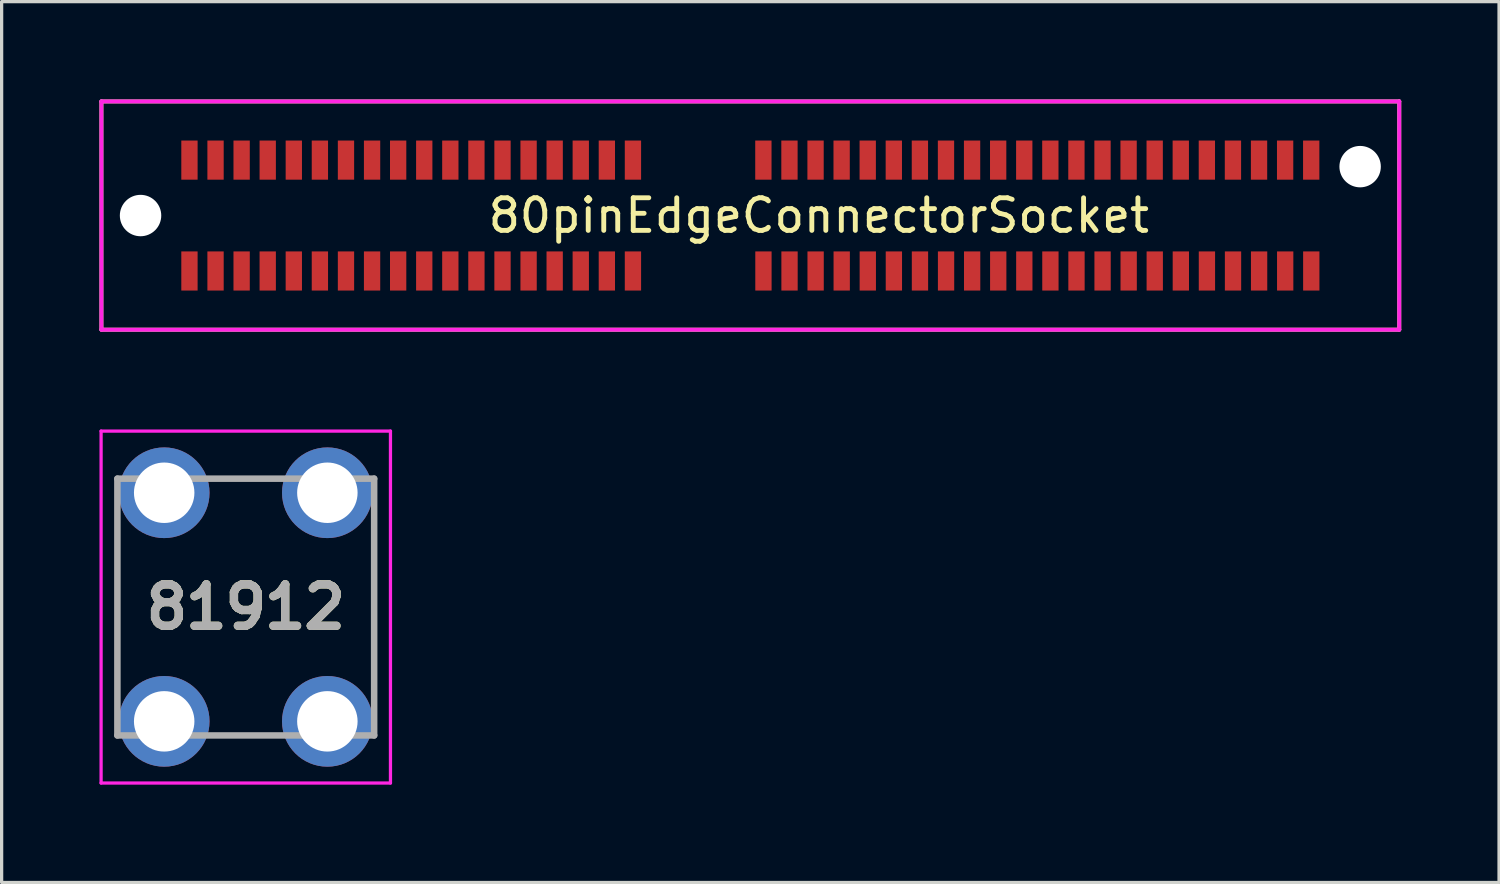
<source format=kicad_pcb>
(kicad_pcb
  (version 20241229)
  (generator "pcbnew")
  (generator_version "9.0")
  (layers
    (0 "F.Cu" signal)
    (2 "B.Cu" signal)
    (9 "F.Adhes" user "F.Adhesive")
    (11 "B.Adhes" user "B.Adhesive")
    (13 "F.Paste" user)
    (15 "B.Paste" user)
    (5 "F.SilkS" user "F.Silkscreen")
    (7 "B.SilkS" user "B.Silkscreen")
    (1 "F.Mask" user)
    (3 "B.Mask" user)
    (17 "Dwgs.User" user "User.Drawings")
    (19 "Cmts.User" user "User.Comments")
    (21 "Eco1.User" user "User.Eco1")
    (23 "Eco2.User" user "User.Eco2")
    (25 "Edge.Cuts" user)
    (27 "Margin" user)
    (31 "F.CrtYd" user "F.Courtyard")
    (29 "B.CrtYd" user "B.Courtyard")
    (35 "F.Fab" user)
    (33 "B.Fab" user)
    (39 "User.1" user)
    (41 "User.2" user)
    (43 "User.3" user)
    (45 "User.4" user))
  (footprint "81912"
    (layer "F.Cu")
    (at 1.985 12.061)
    (property "Reference" "81912" (at 2.502 3.505 0) (layer "F.SilkS") (effects (font (size 1.27 1.27) (thickness 0.254))))
    (attr through_hole)
    (fp_line (start -1.435 1.505) (end -1.435 5.505) (stroke (width 0.1) (type solid)) (layer "F.SilkS"))
    (fp_line (start 2.002 -0.432) (end 3.002 -0.432) (stroke (width 0.1) (type solid)) (layer "F.SilkS"))
    (fp_line (start 2.002 7.442) (end 3.002 7.442) (stroke (width 0.1) (type solid)) (layer "F.SilkS"))
    (fp_line (start 6.439 1.505) (end 6.439 5.505) (stroke (width 0.1) (type solid)) (layer "F.SilkS"))
    (fp_line (start -1.935 -1.891) (end 6.939 -1.891) (stroke (width 0.1) (type solid)) (layer "F.CrtYd"))
    (fp_line (start -1.935 8.901) (end -1.935 -1.891) (stroke (width 0.1) (type solid)) (layer "F.CrtYd"))
    (fp_line (start 6.939 -1.891) (end 6.939 8.901) (stroke (width 0.1) (type solid)) (layer "F.CrtYd"))
    (fp_line (start 6.939 8.901) (end -1.935 8.901) (stroke (width 0.1) (type solid)) (layer "F.CrtYd"))
    (fp_line (start -1.435 -0.432) (end 6.439 -0.432) (stroke (width 0.2) (type solid)) (layer "F.Fab"))
    (fp_line (start -1.435 7.442) (end -1.435 -0.432) (stroke (width 0.2) (type solid)) (layer "F.Fab"))
    (fp_line (start 6.439 -0.432) (end 6.439 7.442) (stroke (width 0.2) (type solid)) (layer "F.Fab"))
    (fp_line (start 6.439 7.442) (end -1.435 7.442) (stroke (width 0.2) (type solid)) (layer "F.Fab"))
    (fp_text user "${REFERENCE}" (at 2.502 3.505 0) (layer "F.Fab") (effects (font (size 1.27 1.27) (thickness 0.254))))
    (pad "1" thru_hole circle (at 0 0) (size 2.781 2.781) (drill 1.854) (layers "*.Cu" "*.Mask"))
    (pad "2" thru_hole circle (at 5.004 0) (size 2.781 2.781) (drill 1.854) (layers "*.Cu" "*.Mask"))
    (pad "3" thru_hole circle (at 0 7.01) (size 2.781 2.781) (drill 1.854) (layers "*.Cu" "*.Mask"))
    (pad "4" thru_hole circle (at 5.004 7.01) (size 2.781 2.781) (drill 1.854) (layers "*.Cu" "*.Mask")))
  (footprint "80pinEdgeConnectorSocket"
    (layer "F.Cu")
    (at 19.96 3.56)
    (property "Reference" "80pinEdgeConnectorSocket" (at 2.1 0 180) (layer "F.SilkS") (effects (font (size 1 1) (thickness 0.15))))
    (attr smd)
    (fp_line (start -19.9 -3.5) (end 19.9 -3.5) (stroke (width 0.12) (type solid)) (layer "F.SilkS"))
    (fp_line (start -19.9 3.5) (end -19.9 -3.5) (stroke (width 0.12) (type solid)) (layer "F.SilkS"))
    (fp_line (start 19.9 3.5) (end -19.9 3.5) (stroke (width 0.12) (type solid)) (layer "F.SilkS"))
    (fp_line (start 19.9 3.5) (end 19.9 -3.5) (stroke (width 0.12) (type solid)) (layer "F.SilkS"))
    (fp_line (start -19.9 -3.5) (end -19.9 3.5) (stroke (width 0.12) (type solid)) (layer "F.CrtYd"))
    (fp_line (start -19.9 3.5) (end 19.9 3.5) (stroke (width 0.12) (type solid)) (layer "F.CrtYd"))
    (fp_line (start 19.9 -3.5) (end -19.9 -3.5) (stroke (width 0.12) (type solid)) (layer "F.CrtYd"))
    (fp_line (start 19.9 3.5) (end 19.9 -3.5) (stroke (width 0.12) (type solid)) (layer "F.CrtYd"))
    (pad "" np_thru_hole circle (at -18.7 0) (size 1.27 1.27) (drill 1.27) (layers "*.Cu" "*.Mask"))
    (pad "" np_thru_hole circle (at 18.7 -1.5) (size 1.27 1.27) (drill 1.27) (layers "*.Cu" "*.Mask"))
    (pad "1" smd rect (at 17.202 1.7 180) (size 0.5 1.2) (layers "F.Cu" "F.Mask" "F.Paste"))
    (pad "2" smd rect (at 16.402 1.7 180) (size 0.5 1.2) (layers "F.Cu" "F.Mask" "F.Paste"))
    (pad "3" smd rect (at 15.602 1.7 180) (size 0.5 1.2) (layers "F.Cu" "F.Mask" "F.Paste"))
    (pad "4" smd rect (at 14.802 1.7 180) (size 0.5 1.2) (layers "F.Cu" "F.Mask" "F.Paste"))
    (pad "5" smd rect (at 14.002 1.7 180) (size 0.5 1.2) (layers "F.Cu" "F.Mask" "F.Paste"))
    (pad "6" smd rect (at 13.202 1.7 180) (size 0.5 1.2) (layers "F.Cu" "F.Mask" "F.Paste"))
    (pad "7" smd rect (at 12.402 1.7 180) (size 0.5 1.2) (layers "F.Cu" "F.Mask" "F.Paste"))
    (pad "8" smd rect (at 11.602 1.7 180) (size 0.5 1.2) (layers "F.Cu" "F.Mask" "F.Paste"))
    (pad "9" smd rect (at 10.802 1.7 180) (size 0.5 1.2) (layers "F.Cu" "F.Mask" "F.Paste"))
    (pad "10" smd rect (at 10.002 1.7 180) (size 0.5 1.2) (layers "F.Cu" "F.Mask" "F.Paste"))
    (pad "11" smd rect (at 9.202 1.7 180) (size 0.5 1.2) (layers "F.Cu" "F.Mask" "F.Paste"))
    (pad "12" smd rect (at 8.402 1.7 180) (size 0.5 1.2) (layers "F.Cu" "F.Mask" "F.Paste"))
    (pad "13" smd rect (at 7.602 1.7 180) (size 0.5 1.2) (layers "F.Cu" "F.Mask" "F.Paste"))
    (pad "14" smd rect (at 6.802 1.7 180) (size 0.5 1.2) (layers "F.Cu" "F.Mask" "F.Paste"))
    (pad "15" smd rect (at 6.002 1.7 180) (size 0.5 1.2) (layers "F.Cu" "F.Mask" "F.Paste"))
    (pad "16" smd rect (at 5.202 1.7 180) (size 0.5 1.2) (layers "F.Cu" "F.Mask" "F.Paste"))
    (pad "17" smd rect (at 4.402 1.7 180) (size 0.5 1.2) (layers "F.Cu" "F.Mask" "F.Paste"))
    (pad "18" smd rect (at 3.602 1.7 180) (size 0.5 1.2) (layers "F.Cu" "F.Mask" "F.Paste"))
    (pad "19" smd rect (at 2.802 1.7 180) (size 0.5 1.2) (layers "F.Cu" "F.Mask" "F.Paste"))
    (pad "20" smd rect (at 2.002 1.7 180) (size 0.5 1.2) (layers "F.Cu" "F.Mask" "F.Paste"))
    (pad "21" smd rect (at 1.202 1.7 180) (size 0.5 1.2) (layers "F.Cu" "F.Mask" "F.Paste"))
    (pad "22" smd rect (at 0.402 1.7 180) (size 0.5 1.2) (layers "F.Cu" "F.Mask" "F.Paste"))
    (pad "23" smd rect (at 17.2 -1.7 180) (size 0.5 1.2) (layers "F.Cu" "F.Mask" "F.Paste"))
    (pad "24" smd rect (at 16.4 -1.7 180) (size 0.5 1.2) (layers "F.Cu" "F.Mask" "F.Paste"))
    (pad "25" smd rect (at 15.6 -1.7 180) (size 0.5 1.2) (layers "F.Cu" "F.Mask" "F.Paste"))
    (pad "26" smd rect (at 14.8 -1.7 180) (size 0.5 1.2) (layers "F.Cu" "F.Mask" "F.Paste"))
    (pad "27" smd rect (at 14 -1.7 180) (size 0.5 1.2) (layers "F.Cu" "F.Mask" "F.Paste"))
    (pad "28" smd rect (at 13.2 -1.7 180) (size 0.5 1.2) (layers "F.Cu" "F.Mask" "F.Paste"))
    (pad "29" smd rect (at 12.4 -1.7 180) (size 0.5 1.2) (layers "F.Cu" "F.Mask" "F.Paste"))
    (pad "30" smd rect (at 11.6 -1.7 180) (size 0.5 1.2) (layers "F.Cu" "F.Mask" "F.Paste"))
    (pad "31" smd rect (at 10.8 -1.7 180) (size 0.5 1.2) (layers "F.Cu" "F.Mask" "F.Paste"))
    (pad "32" smd rect (at 10 -1.7 180) (size 0.5 1.2) (layers "F.Cu" "F.Mask" "F.Paste"))
    (pad "33" smd rect (at 9.2 -1.7 180) (size 0.5 1.2) (layers "F.Cu" "F.Mask" "F.Paste"))
    (pad "34" smd rect (at 8.4 -1.7 180) (size 0.5 1.2) (layers "F.Cu" "F.Mask" "F.Paste"))
    (pad "35" smd rect (at 7.6 -1.7 180) (size 0.5 1.2) (layers "F.Cu" "F.Mask" "F.Paste"))
    (pad "36" smd rect (at 6.8 -1.7 180) (size 0.5 1.2) (layers "F.Cu" "F.Mask" "F.Paste"))
    (pad "37" smd rect (at 6 -1.7 180) (size 0.5 1.2) (layers "F.Cu" "F.Mask" "F.Paste"))
    (pad "38" smd rect (at 5.2 -1.7 180) (size 0.5 1.2) (layers "F.Cu" "F.Mask" "F.Paste"))
    (pad "39" smd rect (at 4.4 -1.7 180) (size 0.5 1.2) (layers "F.Cu" "F.Mask" "F.Paste"))
    (pad "40" smd rect (at 3.6 -1.7 180) (size 0.5 1.2) (layers "F.Cu" "F.Mask" "F.Paste"))
    (pad "41" smd rect (at 2.8 -1.7 180) (size 0.5 1.2) (layers "F.Cu" "F.Mask" "F.Paste"))
    (pad "42" smd rect (at 2 -1.7 180) (size 0.5 1.2) (layers "F.Cu" "F.Mask" "F.Paste"))
    (pad "43" smd rect (at 1.2 -1.7 180) (size 0.5 1.2) (layers "F.Cu" "F.Mask" "F.Paste"))
    (pad "44" smd rect (at 0.4 -1.7 180) (size 0.5 1.2) (layers "F.Cu" "F.Mask" "F.Paste"))
    (pad "A" smd rect (at -17.2 -1.7) (size 0.5 1.2) (layers "F.Cu" "F.Mask" "F.Paste"))
    (pad "A" smd rect (at -17.2 1.7) (size 0.5 1.2) (layers "F.Cu" "F.Mask" "F.Paste"))
    (pad "A" smd rect (at -16.4 -1.7) (size 0.5 1.2) (layers "F.Cu" "F.Mask" "F.Paste"))
    (pad "A" smd rect (at -16.4 1.7) (size 0.5 1.2) (layers "F.Cu" "F.Mask" "F.Paste"))
    (pad "A" smd rect (at -15.6 -1.7) (size 0.5 1.2) (layers "F.Cu" "F.Mask" "F.Paste"))
    (pad "A" smd rect (at -15.6 1.7) (size 0.5 1.2) (layers "F.Cu" "F.Mask" "F.Paste"))
    (pad "A" smd rect (at -14.8 -1.7) (size 0.5 1.2) (layers "F.Cu" "F.Mask" "F.Paste"))
    (pad "A" smd rect (at -14.8 1.7) (size 0.5 1.2) (layers "F.Cu" "F.Mask" "F.Paste"))
    (pad "A" smd rect (at -14 -1.7) (size 0.5 1.2) (layers "F.Cu" "F.Mask" "F.Paste"))
    (pad "A" smd rect (at -14 1.7) (size 0.5 1.2) (layers "F.Cu" "F.Mask" "F.Paste"))
    (pad "A" smd rect (at -13.2 -1.7) (size 0.5 1.2) (layers "F.Cu" "F.Mask" "F.Paste"))
    (pad "A" smd rect (at -13.2 1.7) (size 0.5 1.2) (layers "F.Cu" "F.Mask" "F.Paste"))
    (pad "A" smd rect (at -12.4 -1.7) (size 0.5 1.2) (layers "F.Cu" "F.Mask" "F.Paste"))
    (pad "A" smd rect (at -12.4 1.7) (size 0.5 1.2) (layers "F.Cu" "F.Mask" "F.Paste"))
    (pad "A" smd rect (at -11.6 -1.7) (size 0.5 1.2) (layers "F.Cu" "F.Mask" "F.Paste"))
    (pad "A" smd rect (at -11.6 1.7) (size 0.5 1.2) (layers "F.Cu" "F.Mask" "F.Paste"))
    (pad "A" smd rect (at -10.8 -1.7) (size 0.5 1.2) (layers "F.Cu" "F.Mask" "F.Paste"))
    (pad "A" smd rect (at -10.8 1.7) (size 0.5 1.2) (layers "F.Cu" "F.Mask" "F.Paste"))
    (pad "B" smd rect (at -10 -1.7) (size 0.5 1.2) (layers "F.Cu" "F.Mask" "F.Paste"))
    (pad "B" smd rect (at -10 1.7) (size 0.5 1.2) (layers "F.Cu" "F.Mask" "F.Paste"))
    (pad "B" smd rect (at -9.2 -1.7) (size 0.5 1.2) (layers "F.Cu" "F.Mask" "F.Paste"))
    (pad "B" smd rect (at -9.2 1.7) (size 0.5 1.2) (layers "F.Cu" "F.Mask" "F.Paste"))
    (pad "B" smd rect (at -8.4 -1.7) (size 0.5 1.2) (layers "F.Cu" "F.Mask" "F.Paste"))
    (pad "B" smd rect (at -8.4 1.7) (size 0.5 1.2) (layers "F.Cu" "F.Mask" "F.Paste"))
    (pad "B" smd rect (at -7.6 -1.7) (size 0.5 1.2) (layers "F.Cu" "F.Mask" "F.Paste"))
    (pad "B" smd rect (at -7.6 1.7) (size 0.5 1.2) (layers "F.Cu" "F.Mask" "F.Paste"))
    (pad "B" smd rect (at -6.8 -1.7) (size 0.5 1.2) (layers "F.Cu" "F.Mask" "F.Paste"))
    (pad "B" smd rect (at -6.8 1.7) (size 0.5 1.2) (layers "F.Cu" "F.Mask" "F.Paste"))
    (pad "B" smd rect (at -6 -1.7) (size 0.5 1.2) (layers "F.Cu" "F.Mask" "F.Paste"))
    (pad "B" smd rect (at -6 1.7) (size 0.5 1.2) (layers "F.Cu" "F.Mask" "F.Paste"))
    (pad "B" smd rect (at -5.2 -1.7) (size 0.5 1.2) (layers "F.Cu" "F.Mask" "F.Paste"))
    (pad "B" smd rect (at -5.2 1.7) (size 0.5 1.2) (layers "F.Cu" "F.Mask" "F.Paste"))
    (pad "B" smd rect (at -4.4 -1.7) (size 0.5 1.2) (layers "F.Cu" "F.Mask" "F.Paste"))
    (pad "B" smd rect (at -4.4 1.7) (size 0.5 1.2) (layers "F.Cu" "F.Mask" "F.Paste"))
    (pad "B" smd rect (at -3.6 -1.7) (size 0.5 1.2) (layers "F.Cu" "F.Mask" "F.Paste"))
    (pad "B" smd rect (at -3.6 1.7) (size 0.5 1.2) (layers "F.Cu" "F.Mask" "F.Paste")))
  (gr_rect
    (start -3 -3)
    (end 42.92 24.012)
    (stroke (width 0.1) (type default))
    (fill no)
    (layer "Edge.Cuts")))
</source>
